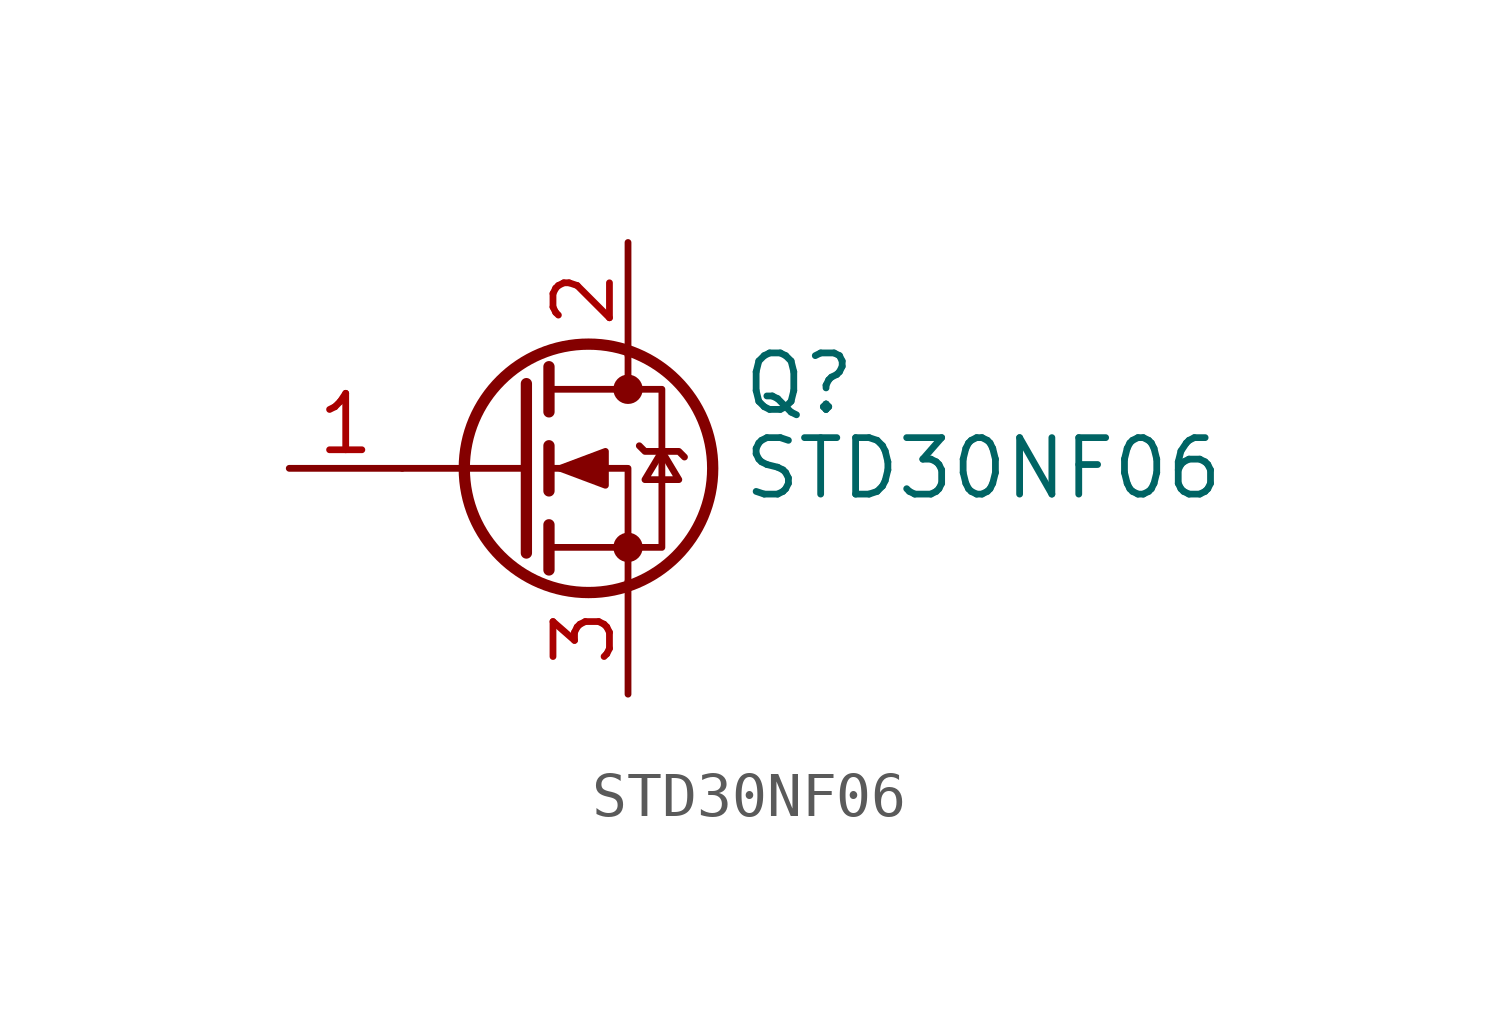
<source format=kicad_sym>
(kicad_symbol_lib
  (version 20220914)
  (generator kicad_symbol_editor)
  (symbol "STD30NF06"
    (pin_names hide)
    (property "Reference" "Q"
      (at 5.08 1.905 0)
      (effects (font (size 1.27 1.27)) (justify left)))
    (property "Value" "STD30NF06"
      (at 5.08 0 0)
      (effects (font (size 1.27 1.27)) (justify left)))
    (symbol "STD30NF06_0_1"
      (polyline (pts (xy 0.254 0) (xy -2.54 0)) (stroke (width 0) (type default)) (fill (type none)))
      (polyline (pts (xy 0.254 1.905) (xy 0.254 -1.905)) (stroke (width 0.254) (type default)) (fill (type none)))
      (polyline (pts (xy 0.762 -1.27) (xy 0.762 -2.286)) (stroke (width 0.254) (type default)) (fill (type none)))
      (polyline (pts (xy 0.762 0.508) (xy 0.762 -0.508)) (stroke (width 0.254) (type default)) (fill (type none)))
      (polyline (pts (xy 0.762 2.286) (xy 0.762 1.27)) (stroke (width 0.254) (type default)) (fill (type none)))
      (polyline (pts (xy 2.54 2.54) (xy 2.54 1.778)) (stroke (width 0) (type default)) (fill (type none)))
      (polyline (pts (xy 2.54 -2.54) (xy 2.54 0) (xy 0.762 0)) (stroke (width 0) (type default)) (fill (type none)))
      (polyline (pts (xy 0.762 -1.778) (xy 3.302 -1.778) (xy 3.302 1.778) (xy 0.762 1.778)) (stroke (width 0) (type default)) (fill (type none)))
      (polyline (pts (xy 1.016 0) (xy 2.032 0.381) (xy 2.032 -0.381) (xy 1.016 0)) (stroke (width 0) (type default)) (fill (type outline)))
      (polyline (pts (xy 2.794 0.508) (xy 2.921 0.381) (xy 3.683 0.381) (xy 3.81 0.254)) (stroke (width 0) (type default)) (fill (type none)))
      (polyline (pts (xy 3.302 0.381) (xy 2.921 -0.254) (xy 3.683 -0.254) (xy 3.302 0.381)) (stroke (width 0) (type default)) (fill (type none)))
      (circle (center 1.651 0) (radius 2.794) (stroke (width 0.254) (type default)) (fill (type none)))
      (circle (center 2.54 -1.778) (radius 0.254) (stroke (width 0) (type default)) (fill (type outline)))
      (circle (center 2.54 1.778) (radius 0.254) (stroke (width 0) (type default)) (fill (type outline))))
    (symbol "STD30NF06_1_1"
      (pin input line (at -5.08 0 0) (length 2.54) (name "G" (effects (font (size 1.27 1.27)))) (number "1" (effects (font (size 1.27 1.27)))))
      (pin passive line (at 2.54 5.08 270) (length 2.54) (name "D" (effects (font (size 1.27 1.27)))) (number "2" (effects (font (size 1.27 1.27)))))
      (pin passive line (at 2.54 -5.08 90) (length 2.54) (name "S" (effects (font (size 1.27 1.27)))) (number "3" (effects (font (size 1.27 1.27))))))))
</source>
